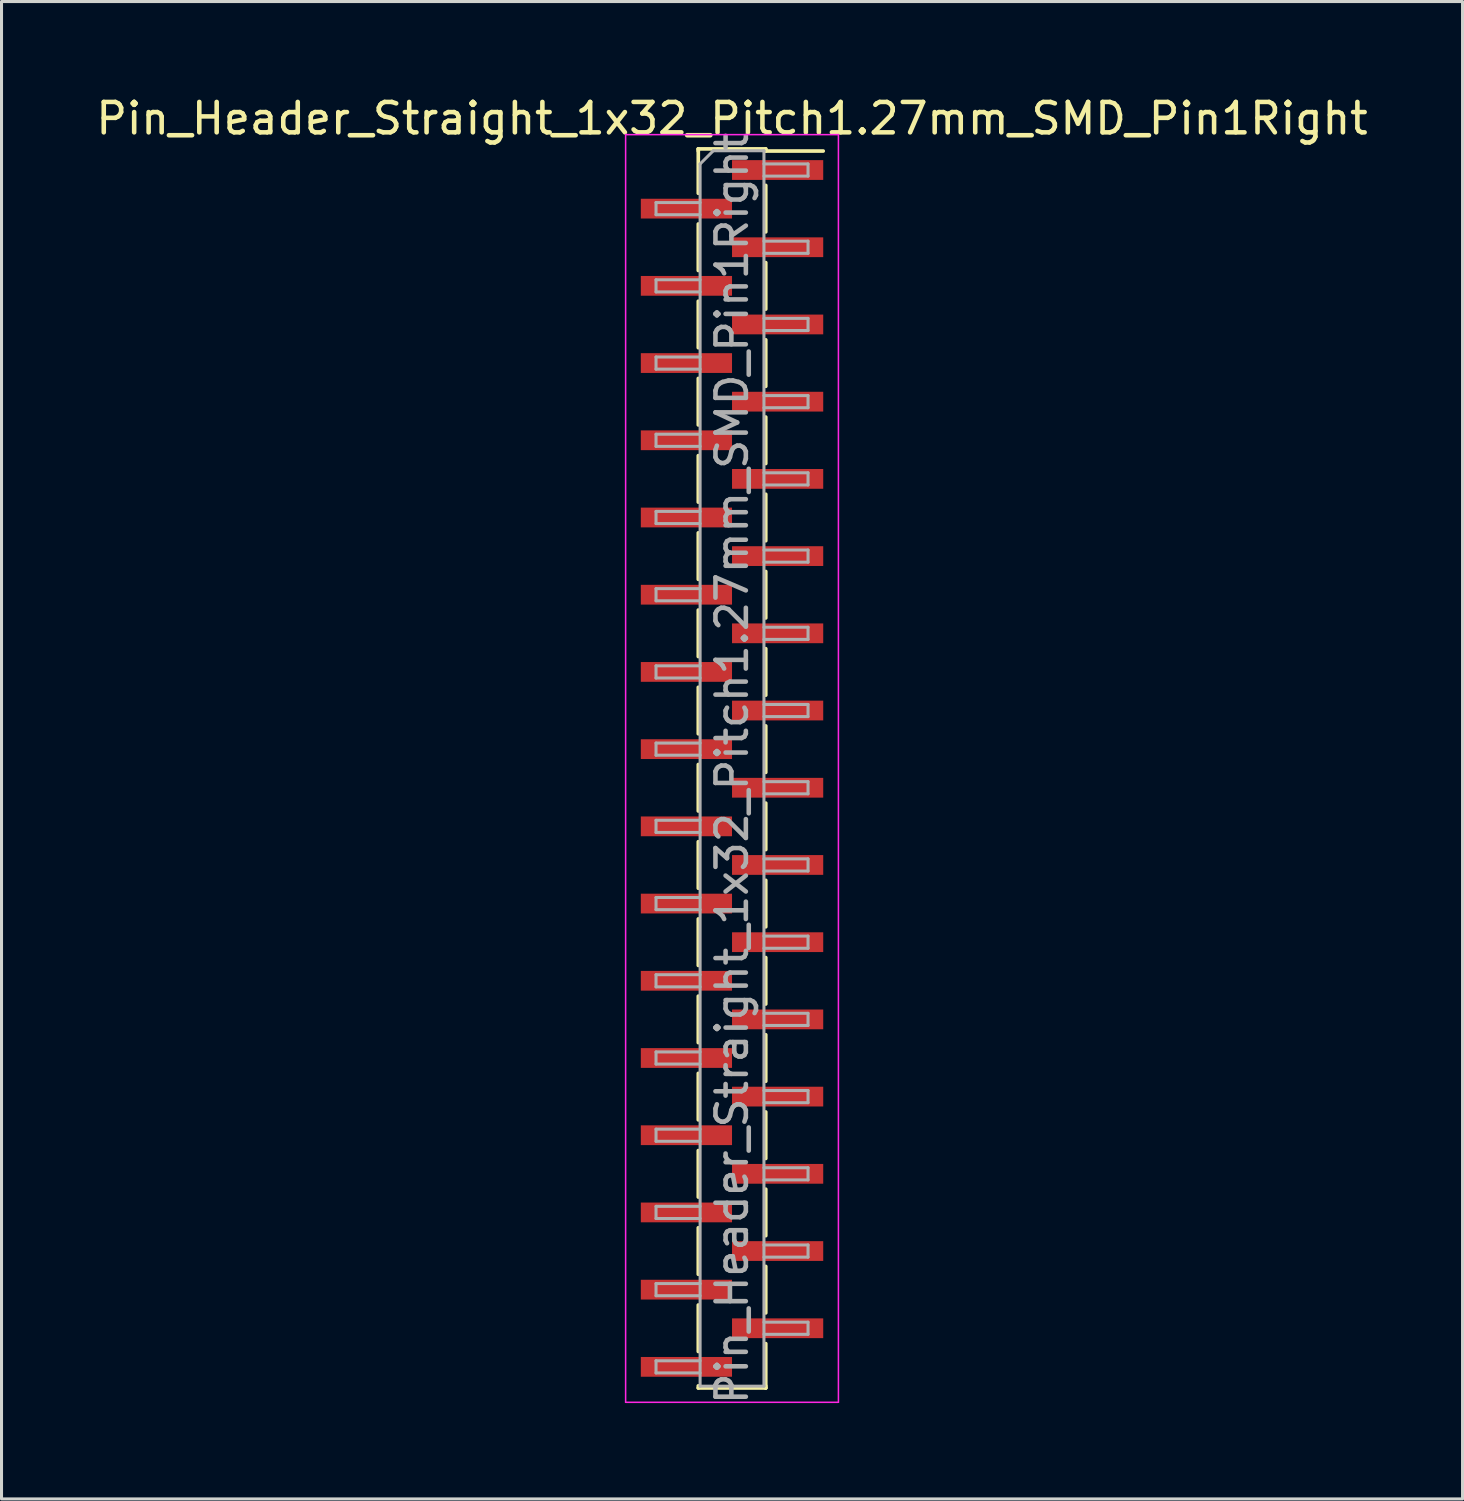
<source format=kicad_pcb>
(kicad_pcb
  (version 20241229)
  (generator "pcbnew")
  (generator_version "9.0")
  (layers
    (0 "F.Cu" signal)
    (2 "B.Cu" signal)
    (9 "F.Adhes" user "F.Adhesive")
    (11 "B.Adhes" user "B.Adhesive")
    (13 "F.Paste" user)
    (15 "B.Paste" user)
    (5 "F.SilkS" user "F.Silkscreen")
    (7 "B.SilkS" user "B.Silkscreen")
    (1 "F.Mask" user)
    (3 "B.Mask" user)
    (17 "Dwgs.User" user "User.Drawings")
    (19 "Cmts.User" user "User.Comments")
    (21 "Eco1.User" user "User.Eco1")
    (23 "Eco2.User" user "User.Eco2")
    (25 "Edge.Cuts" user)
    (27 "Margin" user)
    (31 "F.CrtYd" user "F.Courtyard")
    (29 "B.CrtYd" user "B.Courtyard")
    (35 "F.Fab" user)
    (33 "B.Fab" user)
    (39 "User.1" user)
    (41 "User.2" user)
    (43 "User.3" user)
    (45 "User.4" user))
  (footprint "Pin_Header_Straight_1x32_Pitch1.27mm_SMD_Pin1Right"
    (layer "F.Cu")
    (at 21.03 22.228)
    (property "Reference" "Pin_Header_Straight_1x32_Pitch1.27mm_SMD_Pin1Right" (at 0 -21.38 0) (layer "F.SilkS") (effects (font (size 1 1) (thickness 0.15))))
    (attr smd)
    (fp_line (start -1.11 -20.38) (end -1.11 -18.92) (stroke (width 0.12) (type solid)) (layer "F.SilkS"))
    (fp_line (start -1.11 -20.38) (end 1.11 -20.38) (stroke (width 0.12) (type solid)) (layer "F.SilkS"))
    (fp_line (start -1.11 -20.31) (end -1.11 -20.38) (stroke (width 0.12) (type solid)) (layer "F.SilkS"))
    (fp_line (start -1.11 -17.91) (end -1.11 -16.38) (stroke (width 0.12) (type solid)) (layer "F.SilkS"))
    (fp_line (start -1.11 -15.37) (end -1.11 -13.84) (stroke (width 0.12) (type solid)) (layer "F.SilkS"))
    (fp_line (start -1.11 -12.83) (end -1.11 -11.3) (stroke (width 0.12) (type solid)) (layer "F.SilkS"))
    (fp_line (start -1.11 -10.29) (end -1.11 -8.76) (stroke (width 0.12) (type solid)) (layer "F.SilkS"))
    (fp_line (start -1.11 -7.75) (end -1.11 -6.22) (stroke (width 0.12) (type solid)) (layer "F.SilkS"))
    (fp_line (start -1.11 -5.21) (end -1.11 -3.68) (stroke (width 0.12) (type solid)) (layer "F.SilkS"))
    (fp_line (start -1.11 -2.67) (end -1.11 -1.14) (stroke (width 0.12) (type solid)) (layer "F.SilkS"))
    (fp_line (start -1.11 -0.13) (end -1.11 1.4) (stroke (width 0.12) (type solid)) (layer "F.SilkS"))
    (fp_line (start -1.11 2.41) (end -1.11 3.94) (stroke (width 0.12) (type solid)) (layer "F.SilkS"))
    (fp_line (start -1.11 4.95) (end -1.11 6.48) (stroke (width 0.12) (type solid)) (layer "F.SilkS"))
    (fp_line (start -1.11 7.49) (end -1.11 9.02) (stroke (width 0.12) (type solid)) (layer "F.SilkS"))
    (fp_line (start -1.11 10.03) (end -1.11 11.56) (stroke (width 0.12) (type solid)) (layer "F.SilkS"))
    (fp_line (start -1.11 12.57) (end -1.11 14.1) (stroke (width 0.12) (type solid)) (layer "F.SilkS"))
    (fp_line (start -1.11 15.11) (end -1.11 16.64) (stroke (width 0.12) (type solid)) (layer "F.SilkS"))
    (fp_line (start -1.11 17.65) (end -1.11 19.18) (stroke (width 0.12) (type solid)) (layer "F.SilkS"))
    (fp_line (start -1.11 20.31) (end -1.11 20.38) (stroke (width 0.12) (type solid)) (layer "F.SilkS"))
    (fp_line (start -1.11 20.38) (end 1.11 20.38) (stroke (width 0.12) (type solid)) (layer "F.SilkS"))
    (fp_line (start 1.11 -20.38) (end 1.11 -20.31) (stroke (width 0.12) (type solid)) (layer "F.SilkS"))
    (fp_line (start 1.11 -20.31) (end 3 -20.31) (stroke (width 0.12) (type solid)) (layer "F.SilkS"))
    (fp_line (start 1.11 -19.18) (end 1.11 -17.65) (stroke (width 0.12) (type solid)) (layer "F.SilkS"))
    (fp_line (start 1.11 -16.64) (end 1.11 -15.11) (stroke (width 0.12) (type solid)) (layer "F.SilkS"))
    (fp_line (start 1.11 -14.1) (end 1.11 -12.57) (stroke (width 0.12) (type solid)) (layer "F.SilkS"))
    (fp_line (start 1.11 -11.56) (end 1.11 -10.03) (stroke (width 0.12) (type solid)) (layer "F.SilkS"))
    (fp_line (start 1.11 -9.02) (end 1.11 -7.49) (stroke (width 0.12) (type solid)) (layer "F.SilkS"))
    (fp_line (start 1.11 -6.48) (end 1.11 -4.95) (stroke (width 0.12) (type solid)) (layer "F.SilkS"))
    (fp_line (start 1.11 -3.94) (end 1.11 -2.41) (stroke (width 0.12) (type solid)) (layer "F.SilkS"))
    (fp_line (start 1.11 -1.4) (end 1.11 0.13) (stroke (width 0.12) (type solid)) (layer "F.SilkS"))
    (fp_line (start 1.11 1.14) (end 1.11 2.67) (stroke (width 0.12) (type solid)) (layer "F.SilkS"))
    (fp_line (start 1.11 3.68) (end 1.11 5.21) (stroke (width 0.12) (type solid)) (layer "F.SilkS"))
    (fp_line (start 1.11 6.22) (end 1.11 7.75) (stroke (width 0.12) (type solid)) (layer "F.SilkS"))
    (fp_line (start 1.11 8.76) (end 1.11 10.29) (stroke (width 0.12) (type solid)) (layer "F.SilkS"))
    (fp_line (start 1.11 11.3) (end 1.11 12.83) (stroke (width 0.12) (type solid)) (layer "F.SilkS"))
    (fp_line (start 1.11 13.84) (end 1.11 15.37) (stroke (width 0.12) (type solid)) (layer "F.SilkS"))
    (fp_line (start 1.11 16.38) (end 1.11 17.91) (stroke (width 0.12) (type solid)) (layer "F.SilkS"))
    (fp_line (start 1.11 18.92) (end 1.11 20.38) (stroke (width 0.12) (type solid)) (layer "F.SilkS"))
    (fp_line (start 1.11 20.38) (end 1.11 20.31) (stroke (width 0.12) (type solid)) (layer "F.SilkS"))
    (fp_line (start -3.5 -20.85) (end -3.5 20.85) (stroke (width 0.05) (type solid)) (layer "F.CrtYd"))
    (fp_line (start -3.5 20.85) (end 3.5 20.85) (stroke (width 0.05) (type solid)) (layer "F.CrtYd"))
    (fp_line (start 3.5 -20.85) (end -3.5 -20.85) (stroke (width 0.05) (type solid)) (layer "F.CrtYd"))
    (fp_line (start 3.5 20.85) (end 3.5 -20.85) (stroke (width 0.05) (type solid)) (layer "F.CrtYd"))
    (fp_line (start -2.5 -18.615) (end -2.5 -18.215) (stroke (width 0.1) (type solid)) (layer "F.Fab"))
    (fp_line (start -2.5 -18.215) (end -1.05 -18.215) (stroke (width 0.1) (type solid)) (layer "F.Fab"))
    (fp_line (start -2.5 -16.075) (end -2.5 -15.675) (stroke (width 0.1) (type solid)) (layer "F.Fab"))
    (fp_line (start -2.5 -15.675) (end -1.05 -15.675) (stroke (width 0.1) (type solid)) (layer "F.Fab"))
    (fp_line (start -2.5 -13.535) (end -2.5 -13.135) (stroke (width 0.1) (type solid)) (layer "F.Fab"))
    (fp_line (start -2.5 -13.135) (end -1.05 -13.135) (stroke (width 0.1) (type solid)) (layer "F.Fab"))
    (fp_line (start -2.5 -10.995) (end -2.5 -10.595) (stroke (width 0.1) (type solid)) (layer "F.Fab"))
    (fp_line (start -2.5 -10.595) (end -1.05 -10.595) (stroke (width 0.1) (type solid)) (layer "F.Fab"))
    (fp_line (start -2.5 -8.455) (end -2.5 -8.055) (stroke (width 0.1) (type solid)) (layer "F.Fab"))
    (fp_line (start -2.5 -8.055) (end -1.05 -8.055) (stroke (width 0.1) (type solid)) (layer "F.Fab"))
    (fp_line (start -2.5 -5.915) (end -2.5 -5.515) (stroke (width 0.1) (type solid)) (layer "F.Fab"))
    (fp_line (start -2.5 -5.515) (end -1.05 -5.515) (stroke (width 0.1) (type solid)) (layer "F.Fab"))
    (fp_line (start -2.5 -3.375) (end -2.5 -2.975) (stroke (width 0.1) (type solid)) (layer "F.Fab"))
    (fp_line (start -2.5 -2.975) (end -1.05 -2.975) (stroke (width 0.1) (type solid)) (layer "F.Fab"))
    (fp_line (start -2.5 -0.835) (end -2.5 -0.435) (stroke (width 0.1) (type solid)) (layer "F.Fab"))
    (fp_line (start -2.5 -0.435) (end -1.05 -0.435) (stroke (width 0.1) (type solid)) (layer "F.Fab"))
    (fp_line (start -2.5 1.705) (end -2.5 2.105) (stroke (width 0.1) (type solid)) (layer "F.Fab"))
    (fp_line (start -2.5 2.105) (end -1.05 2.105) (stroke (width 0.1) (type solid)) (layer "F.Fab"))
    (fp_line (start -2.5 4.245) (end -2.5 4.645) (stroke (width 0.1) (type solid)) (layer "F.Fab"))
    (fp_line (start -2.5 4.645) (end -1.05 4.645) (stroke (width 0.1) (type solid)) (layer "F.Fab"))
    (fp_line (start -2.5 6.785) (end -2.5 7.185) (stroke (width 0.1) (type solid)) (layer "F.Fab"))
    (fp_line (start -2.5 7.185) (end -1.05 7.185) (stroke (width 0.1) (type solid)) (layer "F.Fab"))
    (fp_line (start -2.5 9.325) (end -2.5 9.725) (stroke (width 0.1) (type solid)) (layer "F.Fab"))
    (fp_line (start -2.5 9.725) (end -1.05 9.725) (stroke (width 0.1) (type solid)) (layer "F.Fab"))
    (fp_line (start -2.5 11.865) (end -2.5 12.265) (stroke (width 0.1) (type solid)) (layer "F.Fab"))
    (fp_line (start -2.5 12.265) (end -1.05 12.265) (stroke (width 0.1) (type solid)) (layer "F.Fab"))
    (fp_line (start -2.5 14.405) (end -2.5 14.805) (stroke (width 0.1) (type solid)) (layer "F.Fab"))
    (fp_line (start -2.5 14.805) (end -1.05 14.805) (stroke (width 0.1) (type solid)) (layer "F.Fab"))
    (fp_line (start -2.5 16.945) (end -2.5 17.345) (stroke (width 0.1) (type solid)) (layer "F.Fab"))
    (fp_line (start -2.5 17.345) (end -1.05 17.345) (stroke (width 0.1) (type solid)) (layer "F.Fab"))
    (fp_line (start -2.5 19.485) (end -2.5 19.885) (stroke (width 0.1) (type solid)) (layer "F.Fab"))
    (fp_line (start -2.5 19.885) (end -1.05 19.885) (stroke (width 0.1) (type solid)) (layer "F.Fab"))
    (fp_line (start -1.05 -19.885) (end -0.615 -20.32) (stroke (width 0.1) (type solid)) (layer "F.Fab"))
    (fp_line (start -1.05 -18.615) (end -2.5 -18.615) (stroke (width 0.1) (type solid)) (layer "F.Fab"))
    (fp_line (start -1.05 -16.075) (end -2.5 -16.075) (stroke (width 0.1) (type solid)) (layer "F.Fab"))
    (fp_line (start -1.05 -13.535) (end -2.5 -13.535) (stroke (width 0.1) (type solid)) (layer "F.Fab"))
    (fp_line (start -1.05 -10.995) (end -2.5 -10.995) (stroke (width 0.1) (type solid)) (layer "F.Fab"))
    (fp_line (start -1.05 -8.455) (end -2.5 -8.455) (stroke (width 0.1) (type solid)) (layer "F.Fab"))
    (fp_line (start -1.05 -5.915) (end -2.5 -5.915) (stroke (width 0.1) (type solid)) (layer "F.Fab"))
    (fp_line (start -1.05 -3.375) (end -2.5 -3.375) (stroke (width 0.1) (type solid)) (layer "F.Fab"))
    (fp_line (start -1.05 -0.835) (end -2.5 -0.835) (stroke (width 0.1) (type solid)) (layer "F.Fab"))
    (fp_line (start -1.05 1.705) (end -2.5 1.705) (stroke (width 0.1) (type solid)) (layer "F.Fab"))
    (fp_line (start -1.05 4.245) (end -2.5 4.245) (stroke (width 0.1) (type solid)) (layer "F.Fab"))
    (fp_line (start -1.05 6.785) (end -2.5 6.785) (stroke (width 0.1) (type solid)) (layer "F.Fab"))
    (fp_line (start -1.05 9.325) (end -2.5 9.325) (stroke (width 0.1) (type solid)) (layer "F.Fab"))
    (fp_line (start -1.05 11.865) (end -2.5 11.865) (stroke (width 0.1) (type solid)) (layer "F.Fab"))
    (fp_line (start -1.05 14.405) (end -2.5 14.405) (stroke (width 0.1) (type solid)) (layer "F.Fab"))
    (fp_line (start -1.05 16.945) (end -2.5 16.945) (stroke (width 0.1) (type solid)) (layer "F.Fab"))
    (fp_line (start -1.05 19.485) (end -2.5 19.485) (stroke (width 0.1) (type solid)) (layer "F.Fab"))
    (fp_line (start -1.05 20.32) (end -1.05 -19.885) (stroke (width 0.1) (type solid)) (layer "F.Fab"))
    (fp_line (start -0.615 -20.32) (end 1.05 -20.32) (stroke (width 0.1) (type solid)) (layer "F.Fab"))
    (fp_line (start 1.05 -20.32) (end 1.05 20.32) (stroke (width 0.1) (type solid)) (layer "F.Fab"))
    (fp_line (start 1.05 -19.885) (end 2.5 -19.885) (stroke (width 0.1) (type solid)) (layer "F.Fab"))
    (fp_line (start 1.05 -17.345) (end 2.5 -17.345) (stroke (width 0.1) (type solid)) (layer "F.Fab"))
    (fp_line (start 1.05 -14.805) (end 2.5 -14.805) (stroke (width 0.1) (type solid)) (layer "F.Fab"))
    (fp_line (start 1.05 -12.265) (end 2.5 -12.265) (stroke (width 0.1) (type solid)) (layer "F.Fab"))
    (fp_line (start 1.05 -9.725) (end 2.5 -9.725) (stroke (width 0.1) (type solid)) (layer "F.Fab"))
    (fp_line (start 1.05 -7.185) (end 2.5 -7.185) (stroke (width 0.1) (type solid)) (layer "F.Fab"))
    (fp_line (start 1.05 -4.645) (end 2.5 -4.645) (stroke (width 0.1) (type solid)) (layer "F.Fab"))
    (fp_line (start 1.05 -2.105) (end 2.5 -2.105) (stroke (width 0.1) (type solid)) (layer "F.Fab"))
    (fp_line (start 1.05 0.435) (end 2.5 0.435) (stroke (width 0.1) (type solid)) (layer "F.Fab"))
    (fp_line (start 1.05 2.975) (end 2.5 2.975) (stroke (width 0.1) (type solid)) (layer "F.Fab"))
    (fp_line (start 1.05 5.515) (end 2.5 5.515) (stroke (width 0.1) (type solid)) (layer "F.Fab"))
    (fp_line (start 1.05 8.055) (end 2.5 8.055) (stroke (width 0.1) (type solid)) (layer "F.Fab"))
    (fp_line (start 1.05 10.595) (end 2.5 10.595) (stroke (width 0.1) (type solid)) (layer "F.Fab"))
    (fp_line (start 1.05 13.135) (end 2.5 13.135) (stroke (width 0.1) (type solid)) (layer "F.Fab"))
    (fp_line (start 1.05 15.675) (end 2.5 15.675) (stroke (width 0.1) (type solid)) (layer "F.Fab"))
    (fp_line (start 1.05 18.215) (end 2.5 18.215) (stroke (width 0.1) (type solid)) (layer "F.Fab"))
    (fp_line (start 1.05 20.32) (end -1.05 20.32) (stroke (width 0.1) (type solid)) (layer "F.Fab"))
    (fp_line (start 2.5 -19.885) (end 2.5 -19.485) (stroke (width 0.1) (type solid)) (layer "F.Fab"))
    (fp_line (start 2.5 -19.485) (end 1.05 -19.485) (stroke (width 0.1) (type solid)) (layer "F.Fab"))
    (fp_line (start 2.5 -17.345) (end 2.5 -16.945) (stroke (width 0.1) (type solid)) (layer "F.Fab"))
    (fp_line (start 2.5 -16.945) (end 1.05 -16.945) (stroke (width 0.1) (type solid)) (layer "F.Fab"))
    (fp_line (start 2.5 -14.805) (end 2.5 -14.405) (stroke (width 0.1) (type solid)) (layer "F.Fab"))
    (fp_line (start 2.5 -14.405) (end 1.05 -14.405) (stroke (width 0.1) (type solid)) (layer "F.Fab"))
    (fp_line (start 2.5 -12.265) (end 2.5 -11.865) (stroke (width 0.1) (type solid)) (layer "F.Fab"))
    (fp_line (start 2.5 -11.865) (end 1.05 -11.865) (stroke (width 0.1) (type solid)) (layer "F.Fab"))
    (fp_line (start 2.5 -9.725) (end 2.5 -9.325) (stroke (width 0.1) (type solid)) (layer "F.Fab"))
    (fp_line (start 2.5 -9.325) (end 1.05 -9.325) (stroke (width 0.1) (type solid)) (layer "F.Fab"))
    (fp_line (start 2.5 -7.185) (end 2.5 -6.785) (stroke (width 0.1) (type solid)) (layer "F.Fab"))
    (fp_line (start 2.5 -6.785) (end 1.05 -6.785) (stroke (width 0.1) (type solid)) (layer "F.Fab"))
    (fp_line (start 2.5 -4.645) (end 2.5 -4.245) (stroke (width 0.1) (type solid)) (layer "F.Fab"))
    (fp_line (start 2.5 -4.245) (end 1.05 -4.245) (stroke (width 0.1) (type solid)) (layer "F.Fab"))
    (fp_line (start 2.5 -2.105) (end 2.5 -1.705) (stroke (width 0.1) (type solid)) (layer "F.Fab"))
    (fp_line (start 2.5 -1.705) (end 1.05 -1.705) (stroke (width 0.1) (type solid)) (layer "F.Fab"))
    (fp_line (start 2.5 0.435) (end 2.5 0.835) (stroke (width 0.1) (type solid)) (layer "F.Fab"))
    (fp_line (start 2.5 0.835) (end 1.05 0.835) (stroke (width 0.1) (type solid)) (layer "F.Fab"))
    (fp_line (start 2.5 2.975) (end 2.5 3.375) (stroke (width 0.1) (type solid)) (layer "F.Fab"))
    (fp_line (start 2.5 3.375) (end 1.05 3.375) (stroke (width 0.1) (type solid)) (layer "F.Fab"))
    (fp_line (start 2.5 5.515) (end 2.5 5.915) (stroke (width 0.1) (type solid)) (layer "F.Fab"))
    (fp_line (start 2.5 5.915) (end 1.05 5.915) (stroke (width 0.1) (type solid)) (layer "F.Fab"))
    (fp_line (start 2.5 8.055) (end 2.5 8.455) (stroke (width 0.1) (type solid)) (layer "F.Fab"))
    (fp_line (start 2.5 8.455) (end 1.05 8.455) (stroke (width 0.1) (type solid)) (layer "F.Fab"))
    (fp_line (start 2.5 10.595) (end 2.5 10.995) (stroke (width 0.1) (type solid)) (layer "F.Fab"))
    (fp_line (start 2.5 10.995) (end 1.05 10.995) (stroke (width 0.1) (type solid)) (layer "F.Fab"))
    (fp_line (start 2.5 13.135) (end 2.5 13.535) (stroke (width 0.1) (type solid)) (layer "F.Fab"))
    (fp_line (start 2.5 13.535) (end 1.05 13.535) (stroke (width 0.1) (type solid)) (layer "F.Fab"))
    (fp_line (start 2.5 15.675) (end 2.5 16.075) (stroke (width 0.1) (type solid)) (layer "F.Fab"))
    (fp_line (start 2.5 16.075) (end 1.05 16.075) (stroke (width 0.1) (type solid)) (layer "F.Fab"))
    (fp_line (start 2.5 18.215) (end 2.5 18.615) (stroke (width 0.1) (type solid)) (layer "F.Fab"))
    (fp_line (start 2.5 18.615) (end 1.05 18.615) (stroke (width 0.1) (type solid)) (layer "F.Fab"))
    (fp_text user "${REFERENCE}" (at 0 0 90) (layer "F.Fab") (effects (font (size 1 1) (thickness 0.15))))
    (pad "1" smd rect (at 1.5 -19.685) (size 3 0.65) (layers "F.Cu" "F.Mask" "F.Paste"))
    (pad "2" smd rect (at -1.5 -18.415) (size 3 0.65) (layers "F.Cu" "F.Mask" "F.Paste"))
    (pad "3" smd rect (at 1.5 -17.145) (size 3 0.65) (layers "F.Cu" "F.Mask" "F.Paste"))
    (pad "4" smd rect (at -1.5 -15.875) (size 3 0.65) (layers "F.Cu" "F.Mask" "F.Paste"))
    (pad "5" smd rect (at 1.5 -14.605) (size 3 0.65) (layers "F.Cu" "F.Mask" "F.Paste"))
    (pad "6" smd rect (at -1.5 -13.335) (size 3 0.65) (layers "F.Cu" "F.Mask" "F.Paste"))
    (pad "7" smd rect (at 1.5 -12.065) (size 3 0.65) (layers "F.Cu" "F.Mask" "F.Paste"))
    (pad "8" smd rect (at -1.5 -10.795) (size 3 0.65) (layers "F.Cu" "F.Mask" "F.Paste"))
    (pad "9" smd rect (at 1.5 -9.525) (size 3 0.65) (layers "F.Cu" "F.Mask" "F.Paste"))
    (pad "10" smd rect (at -1.5 -8.255) (size 3 0.65) (layers "F.Cu" "F.Mask" "F.Paste"))
    (pad "11" smd rect (at 1.5 -6.985) (size 3 0.65) (layers "F.Cu" "F.Mask" "F.Paste"))
    (pad "12" smd rect (at -1.5 -5.715) (size 3 0.65) (layers "F.Cu" "F.Mask" "F.Paste"))
    (pad "13" smd rect (at 1.5 -4.445) (size 3 0.65) (layers "F.Cu" "F.Mask" "F.Paste"))
    (pad "14" smd rect (at -1.5 -3.175) (size 3 0.65) (layers "F.Cu" "F.Mask" "F.Paste"))
    (pad "15" smd rect (at 1.5 -1.905) (size 3 0.65) (layers "F.Cu" "F.Mask" "F.Paste"))
    (pad "16" smd rect (at -1.5 -0.635) (size 3 0.65) (layers "F.Cu" "F.Mask" "F.Paste"))
    (pad "17" smd rect (at 1.5 0.635) (size 3 0.65) (layers "F.Cu" "F.Mask" "F.Paste"))
    (pad "18" smd rect (at -1.5 1.905) (size 3 0.65) (layers "F.Cu" "F.Mask" "F.Paste"))
    (pad "19" smd rect (at 1.5 3.175) (size 3 0.65) (layers "F.Cu" "F.Mask" "F.Paste"))
    (pad "20" smd rect (at -1.5 4.445) (size 3 0.65) (layers "F.Cu" "F.Mask" "F.Paste"))
    (pad "21" smd rect (at 1.5 5.715) (size 3 0.65) (layers "F.Cu" "F.Mask" "F.Paste"))
    (pad "22" smd rect (at -1.5 6.985) (size 3 0.65) (layers "F.Cu" "F.Mask" "F.Paste"))
    (pad "23" smd rect (at 1.5 8.255) (size 3 0.65) (layers "F.Cu" "F.Mask" "F.Paste"))
    (pad "24" smd rect (at -1.5 9.525) (size 3 0.65) (layers "F.Cu" "F.Mask" "F.Paste"))
    (pad "25" smd rect (at 1.5 10.795) (size 3 0.65) (layers "F.Cu" "F.Mask" "F.Paste"))
    (pad "26" smd rect (at -1.5 12.065) (size 3 0.65) (layers "F.Cu" "F.Mask" "F.Paste"))
    (pad "27" smd rect (at 1.5 13.335) (size 3 0.65) (layers "F.Cu" "F.Mask" "F.Paste"))
    (pad "28" smd rect (at -1.5 14.605) (size 3 0.65) (layers "F.Cu" "F.Mask" "F.Paste"))
    (pad "29" smd rect (at 1.5 15.875) (size 3 0.65) (layers "F.Cu" "F.Mask" "F.Paste"))
    (pad "30" smd rect (at -1.5 17.145) (size 3 0.65) (layers "F.Cu" "F.Mask" "F.Paste"))
    (pad "31" smd rect (at 1.5 18.415) (size 3 0.65) (layers "F.Cu" "F.Mask" "F.Paste"))
    (pad "32" smd rect (at -1.5 19.685) (size 3 0.65) (layers "F.Cu" "F.Mask" "F.Paste")))
  (gr_rect
    (start -3 -3)
    (end 45.06 46.258)
    (stroke (width 0.1) (type default))
    (fill no)
    (layer "Edge.Cuts")))
</source>
